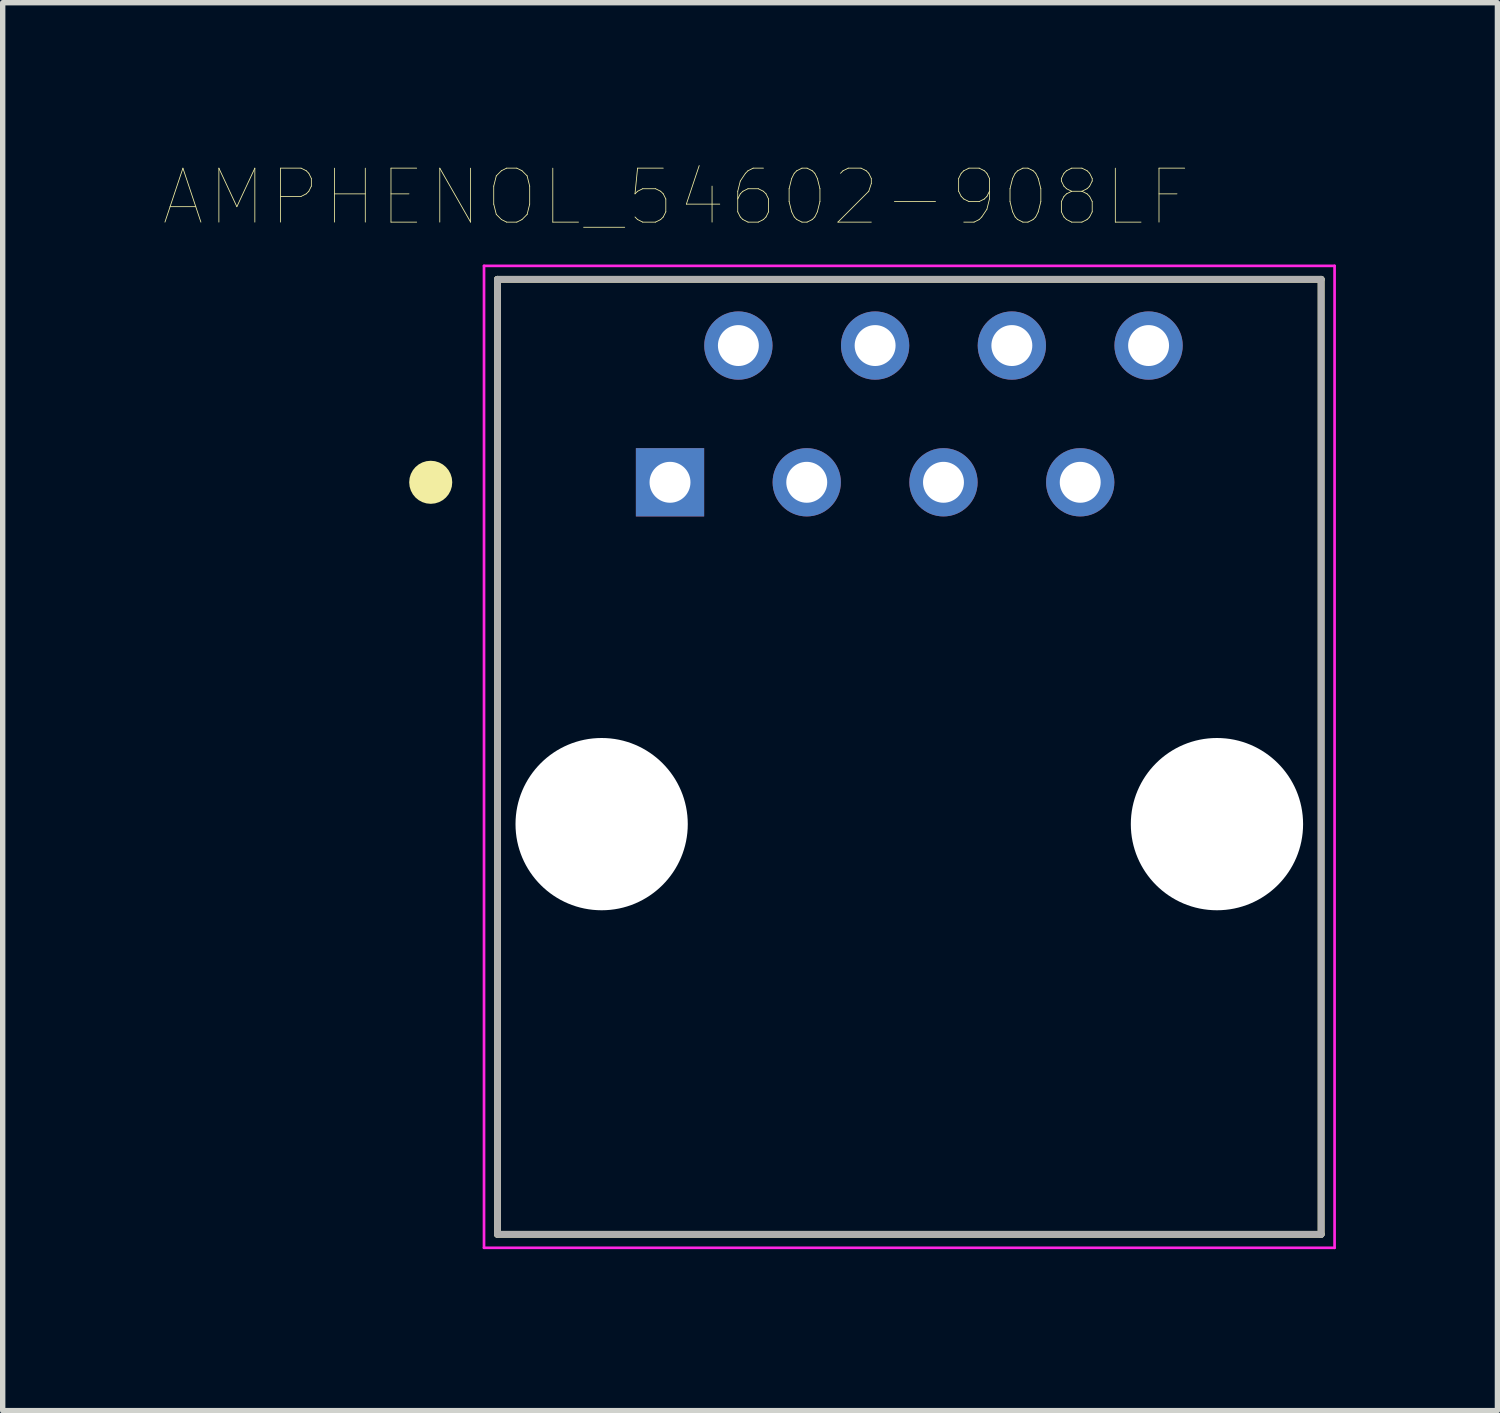
<source format=kicad_pcb>
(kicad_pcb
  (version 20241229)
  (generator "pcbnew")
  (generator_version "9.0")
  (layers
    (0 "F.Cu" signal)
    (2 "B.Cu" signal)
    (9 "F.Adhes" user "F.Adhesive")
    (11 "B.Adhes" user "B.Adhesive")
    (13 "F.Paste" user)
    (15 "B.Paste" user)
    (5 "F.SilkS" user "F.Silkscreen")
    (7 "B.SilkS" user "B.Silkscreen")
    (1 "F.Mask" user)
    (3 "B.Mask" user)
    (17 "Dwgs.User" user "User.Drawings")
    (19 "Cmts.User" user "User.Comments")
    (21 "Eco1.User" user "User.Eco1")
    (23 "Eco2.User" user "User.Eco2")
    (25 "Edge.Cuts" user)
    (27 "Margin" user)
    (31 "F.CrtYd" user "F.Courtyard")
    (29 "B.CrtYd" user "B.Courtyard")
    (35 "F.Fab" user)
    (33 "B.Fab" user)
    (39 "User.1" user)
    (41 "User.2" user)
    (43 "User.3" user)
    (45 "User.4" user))
  (footprint "AMPHENOL_54602-908LF"
    (layer "F.Cu")
    (at 13.841 12.259)
    (property "Reference" "AMPHENOL_54602-908LF" (at -4.332 -11.646 0) (layer "F.SilkS") (effects (font (size 1.002 1.002) (thickness 0.015))))
    (attr through_hole)
    (fp_line (start -7.65 -10.12) (end 7.65 -10.12) (stroke (width 0.127) (type solid)) (layer "F.SilkS"))
    (fp_line (start -7.65 7.62) (end -7.65 -10.12) (stroke (width 0.127) (type solid)) (layer "F.SilkS"))
    (fp_line (start 7.65 -10.12) (end 7.65 7.62) (stroke (width 0.127) (type solid)) (layer "F.SilkS"))
    (fp_line (start 7.65 7.62) (end -7.65 7.62) (stroke (width 0.127) (type solid)) (layer "F.SilkS"))
    (fp_circle (center -8.89 -6.35) (end -8.69 -6.35) (stroke (width 0.4) (type solid)) (fill no) (layer "F.SilkS"))
    (fp_line (start -7.9 -10.37) (end -7.9 7.87) (stroke (width 0.05) (type solid)) (layer "F.CrtYd"))
    (fp_line (start -7.9 7.87) (end 7.9 7.87) (stroke (width 0.05) (type solid)) (layer "F.CrtYd"))
    (fp_line (start 7.9 -10.37) (end -7.9 -10.37) (stroke (width 0.05) (type solid)) (layer "F.CrtYd"))
    (fp_line (start 7.9 7.87) (end 7.9 -10.37) (stroke (width 0.05) (type solid)) (layer "F.CrtYd"))
    (fp_line (start -7.65 -10.12) (end -7.65 7.62) (stroke (width 0.127) (type solid)) (layer "F.Fab"))
    (fp_line (start -7.65 7.62) (end 7.65 7.62) (stroke (width 0.127) (type solid)) (layer "F.Fab"))
    (fp_line (start 7.65 -10.12) (end -7.65 -10.12) (stroke (width 0.127) (type solid)) (layer "F.Fab"))
    (fp_line (start 7.65 7.62) (end 7.65 -10.12) (stroke (width 0.127) (type solid)) (layer "F.Fab"))
    (pad "" np_thru_hole circle (at -5.715 0) (size 3.2 3.2) (drill 3.2) (layers "*.Cu" "*.Mask"))
    (pad "" np_thru_hole circle (at 5.715 0) (size 3.2 3.2) (drill 3.2) (layers "*.Cu" "*.Mask"))
    (pad "1" thru_hole rect (at -4.445 -6.35) (size 1.268 1.268) (drill 0.76) (layers "*.Cu" "*.Mask"))
    (pad "2" thru_hole circle (at -3.175 -8.89) (size 1.268 1.268) (drill 0.76) (layers "*.Cu" "*.Mask"))
    (pad "3" thru_hole circle (at -1.905 -6.35) (size 1.268 1.268) (drill 0.76) (layers "*.Cu" "*.Mask"))
    (pad "4" thru_hole circle (at -0.635 -8.89) (size 1.268 1.268) (drill 0.76) (layers "*.Cu" "*.Mask"))
    (pad "5" thru_hole circle (at 0.635 -6.35) (size 1.268 1.268) (drill 0.76) (layers "*.Cu" "*.Mask"))
    (pad "6" thru_hole circle (at 1.905 -8.89) (size 1.268 1.268) (drill 0.76) (layers "*.Cu" "*.Mask"))
    (pad "7" thru_hole circle (at 3.175 -6.35) (size 1.268 1.268) (drill 0.76) (layers "*.Cu" "*.Mask"))
    (pad "8" thru_hole circle (at 4.445 -8.89) (size 1.268 1.268) (drill 0.76) (layers "*.Cu" "*.Mask")))
  (gr_rect
    (start -3 -3)
    (end 24.766 23.154)
    (stroke (width 0.1) (type default))
    (fill no)
    (layer "Edge.Cuts")))
</source>
